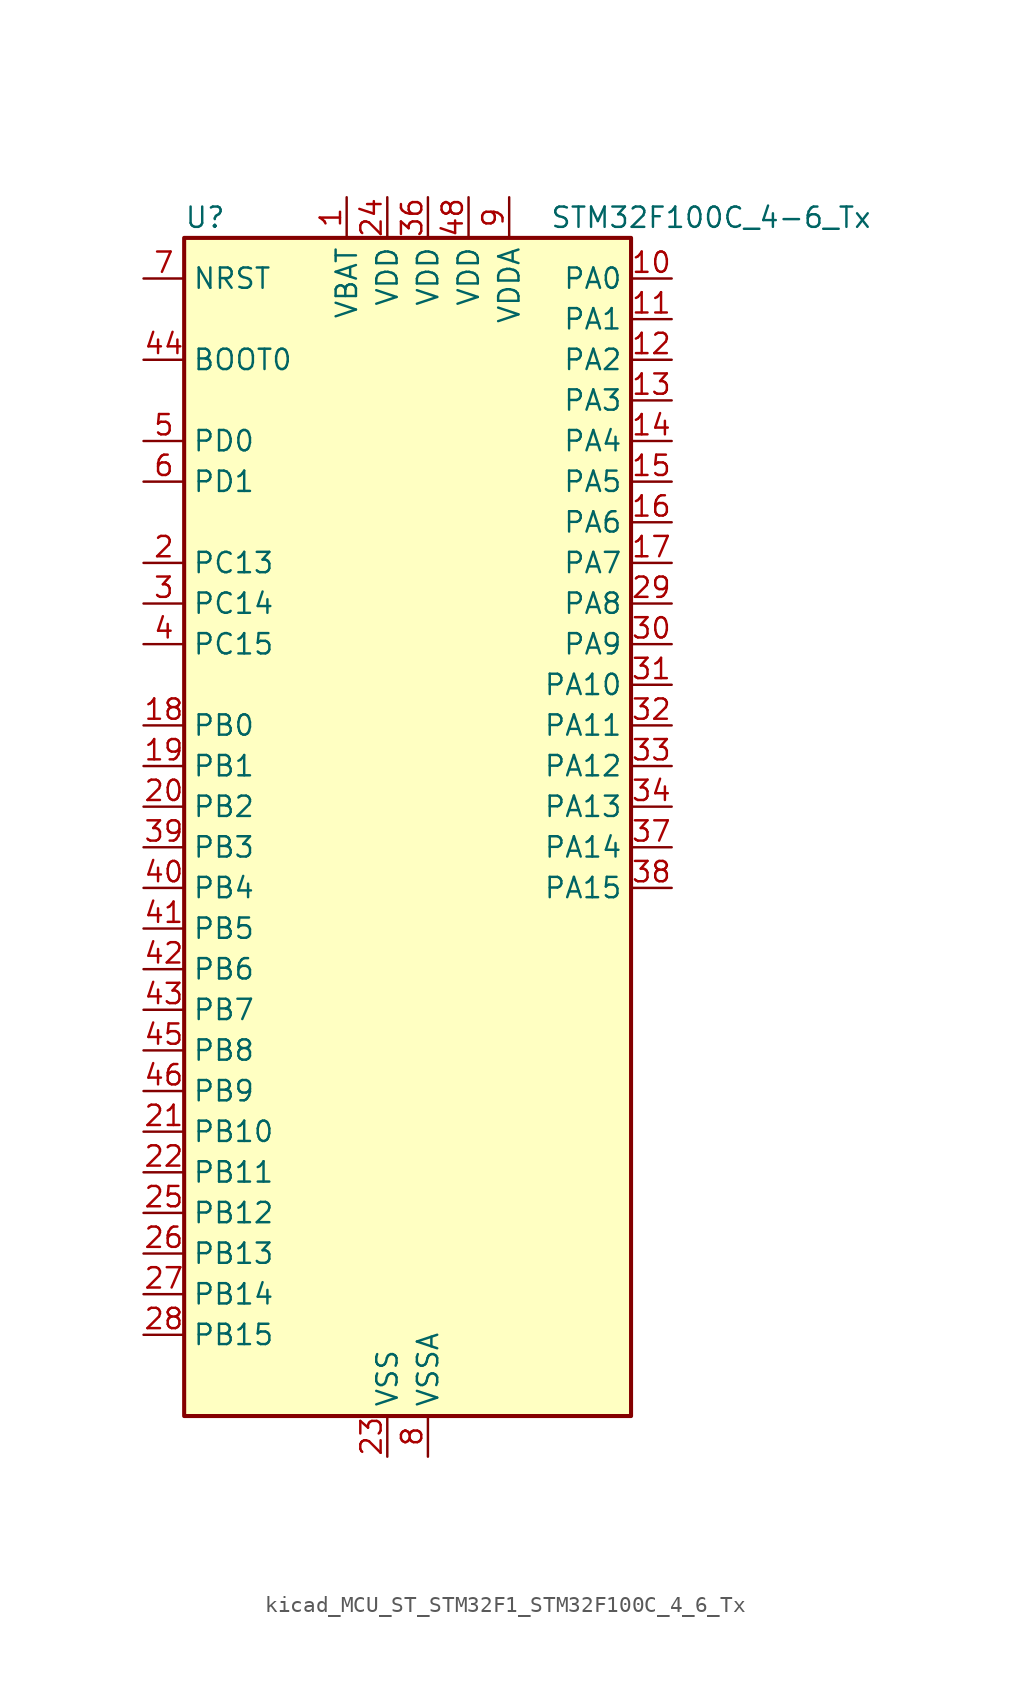
<source format=kicad_sym>
(kicad_symbol_lib
  (version 20220914)
  (generator kicad_symbol_editor)
  (symbol "kicad_MCU_ST_STM32F1_STM32F100C_4_6_Tx"
    (property "Reference" "U"
      (at -12.7 39.37 0)
      (effects (font (size 1.27 1.27)) (justify left)))
    (property "Value" "STM32F100C_4-6_Tx"
      (at 10.16 39.37 0)
      (effects (font (size 1.27 1.27)) (justify left)))
    (property "ki_locked" ""
      (at 0 0 0)
      (effects (font (size 1.27 1.27))))
    (symbol "kicad_MCU_ST_STM32F1_STM32F100C_4_6_Tx_0_1"
      (rectangle (start -12.7 -35.56) (end 15.24 38.1) (stroke (width 0.254) (type default)) (fill (type background))))
    (symbol "kicad_MCU_ST_STM32F1_STM32F100C_4_6_Tx_1_1"
      (pin power_in line (at -2.54 40.64 270) (length 2.54) (name "VBAT" (effects (font (size 1.27 1.27)))) (number "1" (effects (font (size 1.27 1.27)))))
      (pin bidirectional line (at 17.78 35.56 180) (length 2.54) (name "PA0" (effects (font (size 1.27 1.27)))) (number "10" (effects (font (size 1.27 1.27)))) (alternate "ADC1_IN0" bidirectional line) (alternate "SYS_WKUP" bidirectional line) (alternate "TIM2_CH1" bidirectional line) (alternate "TIM2_ETR" bidirectional line) (alternate "USART2_CTS" bidirectional line))
      (pin bidirectional line (at 17.78 33.02 180) (length 2.54) (name "PA1" (effects (font (size 1.27 1.27)))) (number "11" (effects (font (size 1.27 1.27)))) (alternate "ADC1_IN1" bidirectional line) (alternate "TIM2_CH2" bidirectional line) (alternate "USART2_RTS" bidirectional line))
      (pin bidirectional line (at 17.78 30.48 180) (length 2.54) (name "PA2" (effects (font (size 1.27 1.27)))) (number "12" (effects (font (size 1.27 1.27)))) (alternate "ADC1_IN2" bidirectional line) (alternate "TIM15_CH1" bidirectional line) (alternate "TIM2_CH3" bidirectional line) (alternate "USART2_TX" bidirectional line))
      (pin bidirectional line (at 17.78 27.94 180) (length 2.54) (name "PA3" (effects (font (size 1.27 1.27)))) (number "13" (effects (font (size 1.27 1.27)))) (alternate "ADC1_IN3" bidirectional line) (alternate "TIM15_CH2" bidirectional line) (alternate "TIM2_CH4" bidirectional line) (alternate "USART2_RX" bidirectional line))
      (pin bidirectional line (at 17.78 25.4 180) (length 2.54) (name "PA4" (effects (font (size 1.27 1.27)))) (number "14" (effects (font (size 1.27 1.27)))) (alternate "ADC1_IN4" bidirectional line) (alternate "DAC_OUT1" bidirectional line) (alternate "SPI1_NSS" bidirectional line) (alternate "USART2_CK" bidirectional line))
      (pin bidirectional line (at 17.78 22.86 180) (length 2.54) (name "PA5" (effects (font (size 1.27 1.27)))) (number "15" (effects (font (size 1.27 1.27)))) (alternate "ADC1_IN5" bidirectional line) (alternate "DAC_OUT2" bidirectional line) (alternate "SPI1_SCK" bidirectional line))
      (pin bidirectional line (at 17.78 20.32 180) (length 2.54) (name "PA6" (effects (font (size 1.27 1.27)))) (number "16" (effects (font (size 1.27 1.27)))) (alternate "ADC1_IN6" bidirectional line) (alternate "SPI1_MISO" bidirectional line) (alternate "TIM16_CH1" bidirectional line) (alternate "TIM1_BKIN" bidirectional line) (alternate "TIM3_CH1" bidirectional line))
      (pin bidirectional line (at 17.78 17.78 180) (length 2.54) (name "PA7" (effects (font (size 1.27 1.27)))) (number "17" (effects (font (size 1.27 1.27)))) (alternate "ADC1_IN7" bidirectional line) (alternate "SPI1_MOSI" bidirectional line) (alternate "TIM17_CH1" bidirectional line) (alternate "TIM1_CH1N" bidirectional line) (alternate "TIM3_CH2" bidirectional line))
      (pin bidirectional line (at -15.24 7.62 0) (length 2.54) (name "PB0" (effects (font (size 1.27 1.27)))) (number "18" (effects (font (size 1.27 1.27)))) (alternate "ADC1_IN8" bidirectional line) (alternate "TIM1_CH2N" bidirectional line) (alternate "TIM3_CH3" bidirectional line))
      (pin bidirectional line (at -15.24 5.08 0) (length 2.54) (name "PB1" (effects (font (size 1.27 1.27)))) (number "19" (effects (font (size 1.27 1.27)))) (alternate "ADC1_IN9" bidirectional line) (alternate "TIM1_CH3N" bidirectional line) (alternate "TIM3_CH4" bidirectional line))
      (pin bidirectional line (at -15.24 17.78 0) (length 2.54) (name "PC13" (effects (font (size 1.27 1.27)))) (number "2" (effects (font (size 1.27 1.27)))) (alternate "RTC_OUT" bidirectional line) (alternate "RTC_TAMPER" bidirectional line))
      (pin bidirectional line (at -15.24 2.54 0) (length 2.54) (name "PB2" (effects (font (size 1.27 1.27)))) (number "20" (effects (font (size 1.27 1.27)))))
      (pin bidirectional line (at -15.24 -17.78 0) (length 2.54) (name "PB10" (effects (font (size 1.27 1.27)))) (number "21" (effects (font (size 1.27 1.27)))) (alternate "CEC" bidirectional line) (alternate "TIM2_CH3" bidirectional line))
      (pin bidirectional line (at -15.24 -20.32 0) (length 2.54) (name "PB11" (effects (font (size 1.27 1.27)))) (number "22" (effects (font (size 1.27 1.27)))) (alternate "ADC1_EXTI11" bidirectional line) (alternate "TIM2_CH4" bidirectional line))
      (pin power_in line (at 0 -38.1 90) (length 2.54) (name "VSS" (effects (font (size 1.27 1.27)))) (number "23" (effects (font (size 1.27 1.27)))))
      (pin power_in line (at 0 40.64 270) (length 2.54) (name "VDD" (effects (font (size 1.27 1.27)))) (number "24" (effects (font (size 1.27 1.27)))))
      (pin bidirectional line (at -15.24 -22.86 0) (length 2.54) (name "PB12" (effects (font (size 1.27 1.27)))) (number "25" (effects (font (size 1.27 1.27)))) (alternate "TIM1_BKIN" bidirectional line))
      (pin bidirectional line (at -15.24 -25.4 0) (length 2.54) (name "PB13" (effects (font (size 1.27 1.27)))) (number "26" (effects (font (size 1.27 1.27)))) (alternate "TIM1_CH1N" bidirectional line))
      (pin bidirectional line (at -15.24 -27.94 0) (length 2.54) (name "PB14" (effects (font (size 1.27 1.27)))) (number "27" (effects (font (size 1.27 1.27)))) (alternate "TIM15_CH1" bidirectional line) (alternate "TIM1_CH2N" bidirectional line))
      (pin bidirectional line (at -15.24 -30.48 0) (length 2.54) (name "PB15" (effects (font (size 1.27 1.27)))) (number "28" (effects (font (size 1.27 1.27)))) (alternate "ADC1_EXTI15" bidirectional line) (alternate "TIM15_CH1N" bidirectional line) (alternate "TIM15_CH2" bidirectional line) (alternate "TIM1_CH3N" bidirectional line))
      (pin bidirectional line (at 17.78 15.24 180) (length 2.54) (name "PA8" (effects (font (size 1.27 1.27)))) (number "29" (effects (font (size 1.27 1.27)))) (alternate "RCC_MCO" bidirectional line) (alternate "TIM1_CH1" bidirectional line) (alternate "USART1_CK" bidirectional line))
      (pin bidirectional line (at -15.24 15.24 0) (length 2.54) (name "PC14" (effects (font (size 1.27 1.27)))) (number "3" (effects (font (size 1.27 1.27)))) (alternate "RCC_OSC32_IN" bidirectional line))
      (pin bidirectional line (at 17.78 12.7 180) (length 2.54) (name "PA9" (effects (font (size 1.27 1.27)))) (number "30" (effects (font (size 1.27 1.27)))) (alternate "DAC_EXTI9" bidirectional line) (alternate "TIM15_BKIN" bidirectional line) (alternate "TIM1_CH2" bidirectional line) (alternate "USART1_TX" bidirectional line))
      (pin bidirectional line (at 17.78 10.16 180) (length 2.54) (name "PA10" (effects (font (size 1.27 1.27)))) (number "31" (effects (font (size 1.27 1.27)))) (alternate "TIM17_BKIN" bidirectional line) (alternate "TIM1_CH3" bidirectional line) (alternate "USART1_RX" bidirectional line))
      (pin bidirectional line (at 17.78 7.62 180) (length 2.54) (name "PA11" (effects (font (size 1.27 1.27)))) (number "32" (effects (font (size 1.27 1.27)))) (alternate "ADC1_EXTI11" bidirectional line) (alternate "TIM1_CH4" bidirectional line) (alternate "USART1_CTS" bidirectional line))
      (pin bidirectional line (at 17.78 5.08 180) (length 2.54) (name "PA12" (effects (font (size 1.27 1.27)))) (number "33" (effects (font (size 1.27 1.27)))) (alternate "TIM1_ETR" bidirectional line) (alternate "USART1_RTS" bidirectional line))
      (pin bidirectional line (at 17.78 2.54 180) (length 2.54) (name "PA13" (effects (font (size 1.27 1.27)))) (number "34" (effects (font (size 1.27 1.27)))) (alternate "SYS_JTMS-SWDIO" bidirectional line))
      (pin passive line (at 0 -38.1 90) (length 2.54) hide (name "VSS" (effects (font (size 1.27 1.27)))) (number "35" (effects (font (size 1.27 1.27)))))
      (pin power_in line (at 2.54 40.64 270) (length 2.54) (name "VDD" (effects (font (size 1.27 1.27)))) (number "36" (effects (font (size 1.27 1.27)))))
      (pin bidirectional line (at 17.78 0 180) (length 2.54) (name "PA14" (effects (font (size 1.27 1.27)))) (number "37" (effects (font (size 1.27 1.27)))) (alternate "SYS_JTCK-SWCLK" bidirectional line))
      (pin bidirectional line (at 17.78 -2.54 180) (length 2.54) (name "PA15" (effects (font (size 1.27 1.27)))) (number "38" (effects (font (size 1.27 1.27)))) (alternate "ADC1_EXTI15" bidirectional line) (alternate "SPI1_NSS" bidirectional line) (alternate "SYS_JTDI" bidirectional line) (alternate "TIM2_CH1" bidirectional line) (alternate "TIM2_ETR" bidirectional line))
      (pin bidirectional line (at -15.24 0 0) (length 2.54) (name "PB3" (effects (font (size 1.27 1.27)))) (number "39" (effects (font (size 1.27 1.27)))) (alternate "SPI1_SCK" bidirectional line) (alternate "SYS_JTDO-TRACESWO" bidirectional line) (alternate "TIM2_CH2" bidirectional line))
      (pin bidirectional line (at -15.24 12.7 0) (length 2.54) (name "PC15" (effects (font (size 1.27 1.27)))) (number "4" (effects (font (size 1.27 1.27)))) (alternate "ADC1_EXTI15" bidirectional line) (alternate "RCC_OSC32_OUT" bidirectional line))
      (pin bidirectional line (at -15.24 -2.54 0) (length 2.54) (name "PB4" (effects (font (size 1.27 1.27)))) (number "40" (effects (font (size 1.27 1.27)))) (alternate "SPI1_MISO" bidirectional line) (alternate "SYS_NJTRST" bidirectional line) (alternate "TIM3_CH1" bidirectional line))
      (pin bidirectional line (at -15.24 -5.08 0) (length 2.54) (name "PB5" (effects (font (size 1.27 1.27)))) (number "41" (effects (font (size 1.27 1.27)))) (alternate "I2C1_SMBA" bidirectional line) (alternate "SPI1_MOSI" bidirectional line) (alternate "TIM16_BKIN" bidirectional line) (alternate "TIM3_CH2" bidirectional line))
      (pin bidirectional line (at -15.24 -7.62 0) (length 2.54) (name "PB6" (effects (font (size 1.27 1.27)))) (number "42" (effects (font (size 1.27 1.27)))) (alternate "I2C1_SCL" bidirectional line) (alternate "TIM16_CH1N" bidirectional line) (alternate "USART1_TX" bidirectional line))
      (pin bidirectional line (at -15.24 -10.16 0) (length 2.54) (name "PB7" (effects (font (size 1.27 1.27)))) (number "43" (effects (font (size 1.27 1.27)))) (alternate "I2C1_SDA" bidirectional line) (alternate "TIM17_CH1N" bidirectional line) (alternate "USART1_RX" bidirectional line))
      (pin input line (at -15.24 30.48 0) (length 2.54) (name "BOOT0" (effects (font (size 1.27 1.27)))) (number "44" (effects (font (size 1.27 1.27)))))
      (pin bidirectional line (at -15.24 -12.7 0) (length 2.54) (name "PB8" (effects (font (size 1.27 1.27)))) (number "45" (effects (font (size 1.27 1.27)))) (alternate "CEC" bidirectional line) (alternate "I2C1_SCL" bidirectional line) (alternate "TIM16_CH1" bidirectional line))
      (pin bidirectional line (at -15.24 -15.24 0) (length 2.54) (name "PB9" (effects (font (size 1.27 1.27)))) (number "46" (effects (font (size 1.27 1.27)))) (alternate "DAC_EXTI9" bidirectional line) (alternate "I2C1_SDA" bidirectional line) (alternate "TIM17_CH1" bidirectional line))
      (pin passive line (at 0 -38.1 90) (length 2.54) hide (name "VSS" (effects (font (size 1.27 1.27)))) (number "47" (effects (font (size 1.27 1.27)))))
      (pin power_in line (at 5.08 40.64 270) (length 2.54) (name "VDD" (effects (font (size 1.27 1.27)))) (number "48" (effects (font (size 1.27 1.27)))))
      (pin bidirectional line (at -15.24 25.4 0) (length 2.54) (name "PD0" (effects (font (size 1.27 1.27)))) (number "5" (effects (font (size 1.27 1.27)))) (alternate "RCC_OSC_IN" bidirectional line))
      (pin bidirectional line (at -15.24 22.86 0) (length 2.54) (name "PD1" (effects (font (size 1.27 1.27)))) (number "6" (effects (font (size 1.27 1.27)))) (alternate "RCC_OSC_OUT" bidirectional line))
      (pin input line (at -15.24 35.56 0) (length 2.54) (name "NRST" (effects (font (size 1.27 1.27)))) (number "7" (effects (font (size 1.27 1.27)))))
      (pin power_in line (at 2.54 -38.1 90) (length 2.54) (name "VSSA" (effects (font (size 1.27 1.27)))) (number "8" (effects (font (size 1.27 1.27)))))
      (pin power_in line (at 7.62 40.64 270) (length 2.54) (name "VDDA" (effects (font (size 1.27 1.27)))) (number "9" (effects (font (size 1.27 1.27))))))))
</source>
